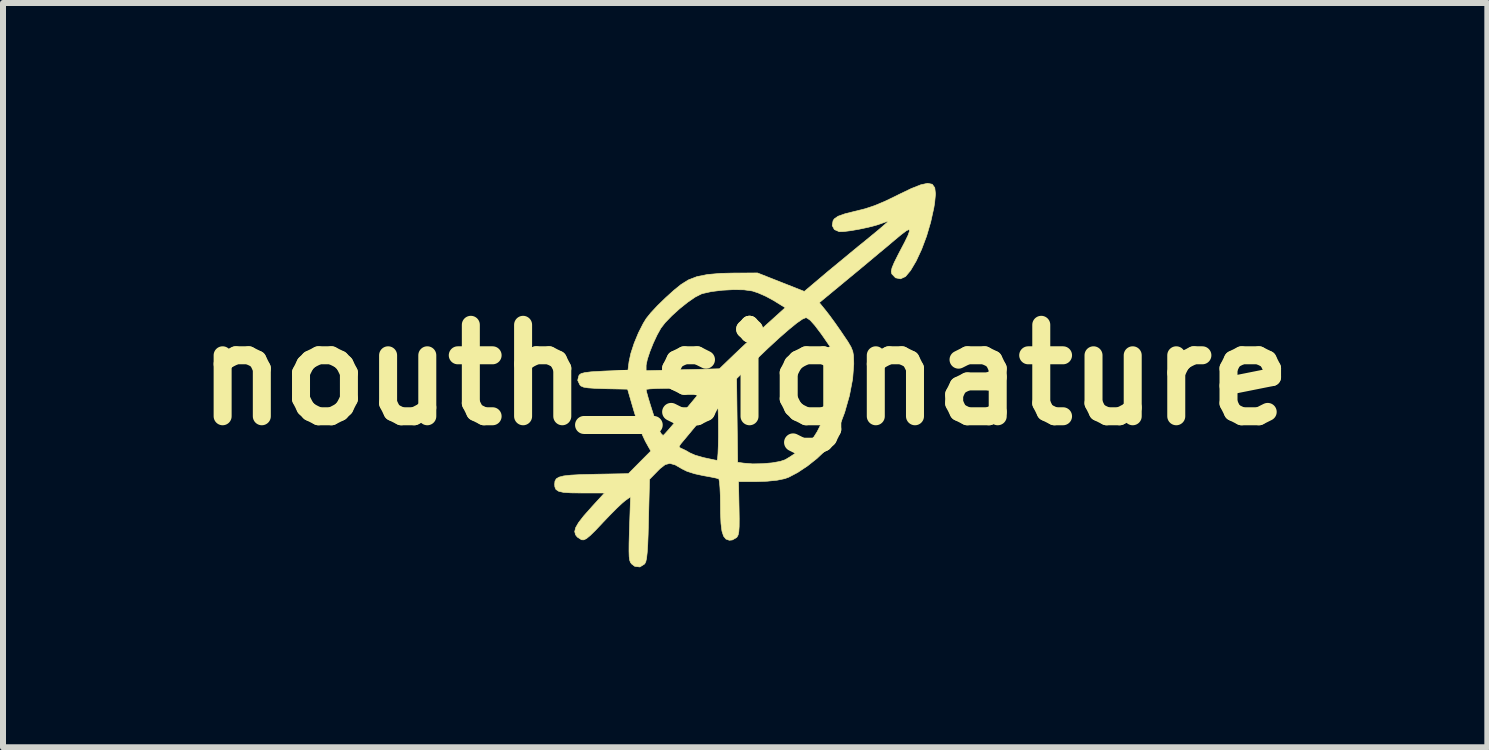
<source format=kicad_pcb>
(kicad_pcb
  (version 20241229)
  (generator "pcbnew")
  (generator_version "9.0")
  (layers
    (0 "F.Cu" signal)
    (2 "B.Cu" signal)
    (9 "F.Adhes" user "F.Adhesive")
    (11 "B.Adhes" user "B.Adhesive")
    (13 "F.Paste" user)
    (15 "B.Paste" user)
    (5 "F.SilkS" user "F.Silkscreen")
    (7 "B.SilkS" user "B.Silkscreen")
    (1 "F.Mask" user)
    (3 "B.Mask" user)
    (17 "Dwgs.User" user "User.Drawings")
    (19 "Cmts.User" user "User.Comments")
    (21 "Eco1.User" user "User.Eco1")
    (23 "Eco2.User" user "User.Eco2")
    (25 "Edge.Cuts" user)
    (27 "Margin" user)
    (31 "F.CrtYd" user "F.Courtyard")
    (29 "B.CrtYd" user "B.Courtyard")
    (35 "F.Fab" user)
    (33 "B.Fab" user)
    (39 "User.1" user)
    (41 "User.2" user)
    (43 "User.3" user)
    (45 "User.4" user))
  (footprint "nouth_signature"
    (layer "F.Cu")
    (at 9.369 3.198)
    (property "Reference" "nouth_signature" (at 0 0 0) (layer "F.SilkS") (effects (font (size 1.524 1.524) (thickness 0.3))))
    (attr through_hole)
    (fp_poly (pts (xy 3.118 -3.177) (xy 3.16 -3.119) (xy 3.172 -3.017) (xy 3.158 -2.869) (xy 3.144 -2.782) (xy 3.092 -2.547) (xy 3.023 -2.312) (xy 2.94 -2.091) (xy 2.849 -1.896) (xy 2.756 -1.739) (xy 2.672 -1.639) (xy 2.589 -1.601) (xy 2.506 -1.618) (xy 2.444 -1.683) (xy 2.435 -1.723) (xy 2.447 -1.783) (xy 2.484 -1.872) (xy 2.549 -2.002) (xy 2.568 -2.039) (xy 2.658 -2.21) (xy 2.716 -2.33) (xy 2.74 -2.4) (xy 2.73 -2.423) (xy 2.685 -2.402) (xy 2.603 -2.34) (xy 2.487 -2.244) (xy 2.369 -2.144) (xy 2.216 -2.017) (xy 2.043 -1.872) (xy 1.864 -1.723) (xy 1.721 -1.605) (xy 1.236 -1.204) (xy 1.345 -1.07) (xy 1.412 -0.983) (xy 1.499 -0.864) (xy 1.592 -0.731) (xy 1.631 -0.673) (xy 1.713 -0.552) (xy 1.764 -0.465) (xy 1.793 -0.393) (xy 1.806 -0.32) (xy 1.809 -0.226) (xy 1.81 -0.181) (xy 1.791 0.068) (xy 1.738 0.345) (xy 1.658 0.626) (xy 1.558 0.891) (xy 1.443 1.119) (xy 1.423 1.151) (xy 1.329 1.267) (xy 1.195 1.394) (xy 1.038 1.518) (xy 0.876 1.626) (xy 0.726 1.705) (xy 0.66 1.729) (xy 0.534 1.755) (xy 0.367 1.772) (xy 0.193 1.778) (xy -0.111 1.778) (xy -0.102 2.219) (xy -0.099 2.399) (xy -0.1 2.526) (xy -0.106 2.612) (xy -0.117 2.667) (xy -0.136 2.702) (xy -0.145 2.712) (xy -0.214 2.751) (xy -0.265 2.756) (xy -0.32 2.736) (xy -0.36 2.687) (xy -0.387 2.603) (xy -0.403 2.476) (xy -0.411 2.298) (xy -0.412 2.169) (xy -0.414 2.012) (xy -0.42 1.88) (xy -0.428 1.783) (xy -0.438 1.736) (xy -0.44 1.733) (xy -0.482 1.72) (xy -0.57 1.702) (xy -0.685 1.681) (xy -0.702 1.678) (xy -0.844 1.647) (xy -0.971 1.606) (xy -1.048 1.568) (xy -1.166 1.5) (xy -1.255 1.475) (xy -1.333 1.495) (xy -1.419 1.562) (xy -1.456 1.599) (xy -1.594 1.74) (xy -1.611 2.418) (xy -1.617 2.653) (xy -1.624 2.832) (xy -1.633 2.963) (xy -1.643 3.054) (xy -1.656 3.113) (xy -1.673 3.147) (xy -1.676 3.151) (xy -1.754 3.201) (xy -1.839 3.191) (xy -1.891 3.152) (xy -1.911 3.126) (xy -1.925 3.088) (xy -1.933 3.029) (xy -1.936 2.937) (xy -1.935 2.805) (xy -1.93 2.621) (xy -1.928 2.564) (xy -1.91 2.031) (xy -2.001 2.096) (xy -2.057 2.144) (xy -2.145 2.227) (xy -2.252 2.335) (xy -2.367 2.455) (xy -2.376 2.465) (xy -2.496 2.592) (xy -2.583 2.677) (xy -2.645 2.728) (xy -2.69 2.749) (xy -2.725 2.748) (xy -2.727 2.748) (xy -2.797 2.703) (xy -2.827 2.665) (xy -2.841 2.611) (xy -2.825 2.546) (xy -2.776 2.461) (xy -2.689 2.349) (xy -2.559 2.203) (xy -2.556 2.199) (xy -2.344 1.968) (xy -2.722 1.968) (xy -2.901 1.966) (xy -3.027 1.958) (xy -3.107 1.94) (xy -3.153 1.91) (xy -3.172 1.865) (xy -3.175 1.823) (xy -3.17 1.771) (xy -3.148 1.732) (xy -3.102 1.704) (xy -3.025 1.684) (xy -2.908 1.671) (xy -2.744 1.662) (xy -2.524 1.657) (xy -2.508 1.656) (xy -1.946 1.646) (xy -1.759 1.457) (xy -1.572 1.269) (xy -1.614 1.195) (xy -1.102 1.195) (xy -1.08 1.219) (xy -1.06 1.227) (xy -0.988 1.261) (xy -0.923 1.299) (xy -0.835 1.338) (xy -0.696 1.378) (xy -0.514 1.417) (xy -0.468 1.425) (xy -0.46 1.396) (xy -0.453 1.314) (xy -0.448 1.19) (xy -0.445 1.034) (xy -0.445 0.914) (xy -0.446 0.745) (xy -0.45 0.602) (xy -0.457 0.497) (xy -0.465 0.438) (xy -0.471 0.43) (xy -0.501 0.465) (xy -0.562 0.538) (xy -0.647 0.64) (xy -0.747 0.759) (xy -0.763 0.778) (xy -0.867 0.902) (xy -0.959 1.013) (xy -1.03 1.098) (xy -1.072 1.148) (xy -1.074 1.15) (xy -1.102 1.195) (xy -1.614 1.195) (xy -1.662 1.109) (xy -1.708 1.011) (xy -1.763 0.873) (xy -1.819 0.714) (xy -1.856 0.594) (xy -1.958 0.244) (xy -1.651 0.244) (xy -1.641 0.292) (xy -1.616 0.383) (xy -1.58 0.501) (xy -1.539 0.63) (xy -1.498 0.754) (xy -1.461 0.855) (xy -1.438 0.914) (xy -1.4 0.98) (xy -1.37 1.009) (xy -1.366 1.009) (xy -1.339 0.983) (xy -1.279 0.916) (xy -1.194 0.817) (xy -1.09 0.694) (xy -1.02 0.611) (xy -0.697 0.222) (xy -1.174 0.222) (xy -1.34 0.224) (xy -1.481 0.227) (xy -1.586 0.233) (xy -1.643 0.24) (xy -1.651 0.244) (xy -1.958 0.244) (xy -1.96 0.238) (xy -2.337 0.23) (xy -2.505 0.224) (xy -2.62 0.216) (xy -2.693 0.204) (xy -2.737 0.185) (xy -2.754 0.168) (xy -2.791 0.091) (xy -2.784 0.062) (xy -0.143 0.062) (xy -0.125 1.457) (xy -0.023 1.471) (xy 0.125 1.483) (xy 0.289 1.48) (xy 0.449 1.466) (xy 0.584 1.442) (xy 0.667 1.414) (xy 0.75 1.364) (xy 0.858 1.291) (xy 0.96 1.216) (xy 1.06 1.133) (xy 1.135 1.05) (xy 1.2 0.947) (xy 1.266 0.816) (xy 1.348 0.621) (xy 1.417 0.415) (xy 1.47 0.209) (xy 1.506 0.016) (xy 1.521 -0.153) (xy 1.513 -0.284) (xy 1.493 -0.349) (xy 1.458 -0.406) (xy 1.396 -0.499) (xy 1.317 -0.614) (xy 1.265 -0.688) (xy 1.162 -0.824) (xy 1.085 -0.91) (xy 1.029 -0.949) (xy 1.01 -0.953) (xy 0.955 -0.93) (xy 0.861 -0.865) (xy 0.732 -0.76) (xy 0.57 -0.619) (xy 0.382 -0.446) (xy 0.17 -0.243) (xy 0.127 -0.201) (xy -0.143 0.062) (xy -2.784 0.062) (xy -2.772 0.015) (xy -2.763 0) (xy -2.734 -0.022) (xy -2.672 -0.038) (xy -2.569 -0.051) (xy -2.415 -0.06) (xy -2.343 -0.064) (xy -1.953 -0.079) (xy -1.944 -0.152) (xy -1.651 -0.152) (xy -1.651 -0.07) (xy -1.04 -0.086) (xy -0.429 -0.102) (xy -0.191 -0.331) (xy -0.068 -0.448) (xy 0.082 -0.588) (xy 0.238 -0.731) (xy 0.358 -0.84) (xy 0.668 -1.12) (xy 0.472 -1.241) (xy 0.347 -1.309) (xy 0.215 -1.367) (xy 0.118 -1.399) (xy -0.019 -1.418) (xy -0.193 -1.421) (xy -0.382 -1.411) (xy -0.562 -1.389) (xy -0.71 -1.356) (xy -0.733 -1.348) (xy -0.833 -1.297) (xy -0.958 -1.211) (xy -1.094 -1.102) (xy -1.224 -0.984) (xy -1.335 -0.869) (xy -1.405 -0.778) (xy -1.468 -0.665) (xy -1.532 -0.528) (xy -1.588 -0.388) (xy -1.63 -0.261) (xy -1.65 -0.167) (xy -1.651 -0.152) (xy -1.944 -0.152) (xy -1.935 -0.222) (xy -1.905 -0.36) (xy -1.85 -0.528) (xy -1.778 -0.702) (xy -1.698 -0.859) (xy -1.649 -0.939) (xy -1.572 -1.035) (xy -1.46 -1.155) (xy -1.327 -1.284) (xy -1.189 -1.409) (xy -1.068 -1.507) (xy -0.946 -1.583) (xy -0.803 -1.638) (xy -0.628 -1.673) (xy -0.41 -1.692) (xy -0.206 -1.697) (xy 0.206 -1.699) (xy 0.596 -1.545) (xy 0.986 -1.391) (xy 1.263 -1.625) (xy 1.388 -1.731) (xy 1.546 -1.861) (xy 1.719 -2.004) (xy 1.891 -2.146) (xy 1.961 -2.202) (xy 2.099 -2.315) (xy 2.218 -2.413) (xy 2.309 -2.491) (xy 2.366 -2.541) (xy 2.381 -2.556) (xy 2.356 -2.554) (xy 2.293 -2.532) (xy 2.278 -2.526) (xy 2.182 -2.494) (xy 2.051 -2.46) (xy 1.905 -2.429) (xy 1.763 -2.404) (xy 1.643 -2.389) (xy 1.567 -2.387) (xy 1.487 -2.422) (xy 1.451 -2.489) (xy 1.465 -2.57) (xy 1.486 -2.601) (xy 1.548 -2.644) (xy 1.663 -2.685) (xy 1.836 -2.728) (xy 1.841 -2.729) (xy 2.001 -2.769) (xy 2.157 -2.821) (xy 2.327 -2.892) (xy 2.53 -2.99) (xy 2.559 -3.005) (xy 2.767 -3.105) (xy 2.926 -3.168) (xy 3.041 -3.193) (xy 3.118 -3.177)) (stroke (width 0.01) (type solid)) (fill yes) (layer "F.SilkS")))
  (gr_rect
    (start -3 -3)
    (end 21.738 9.404)
    (stroke (width 0.1) (type default))
    (fill no)
    (layer "Edge.Cuts")))
</source>
